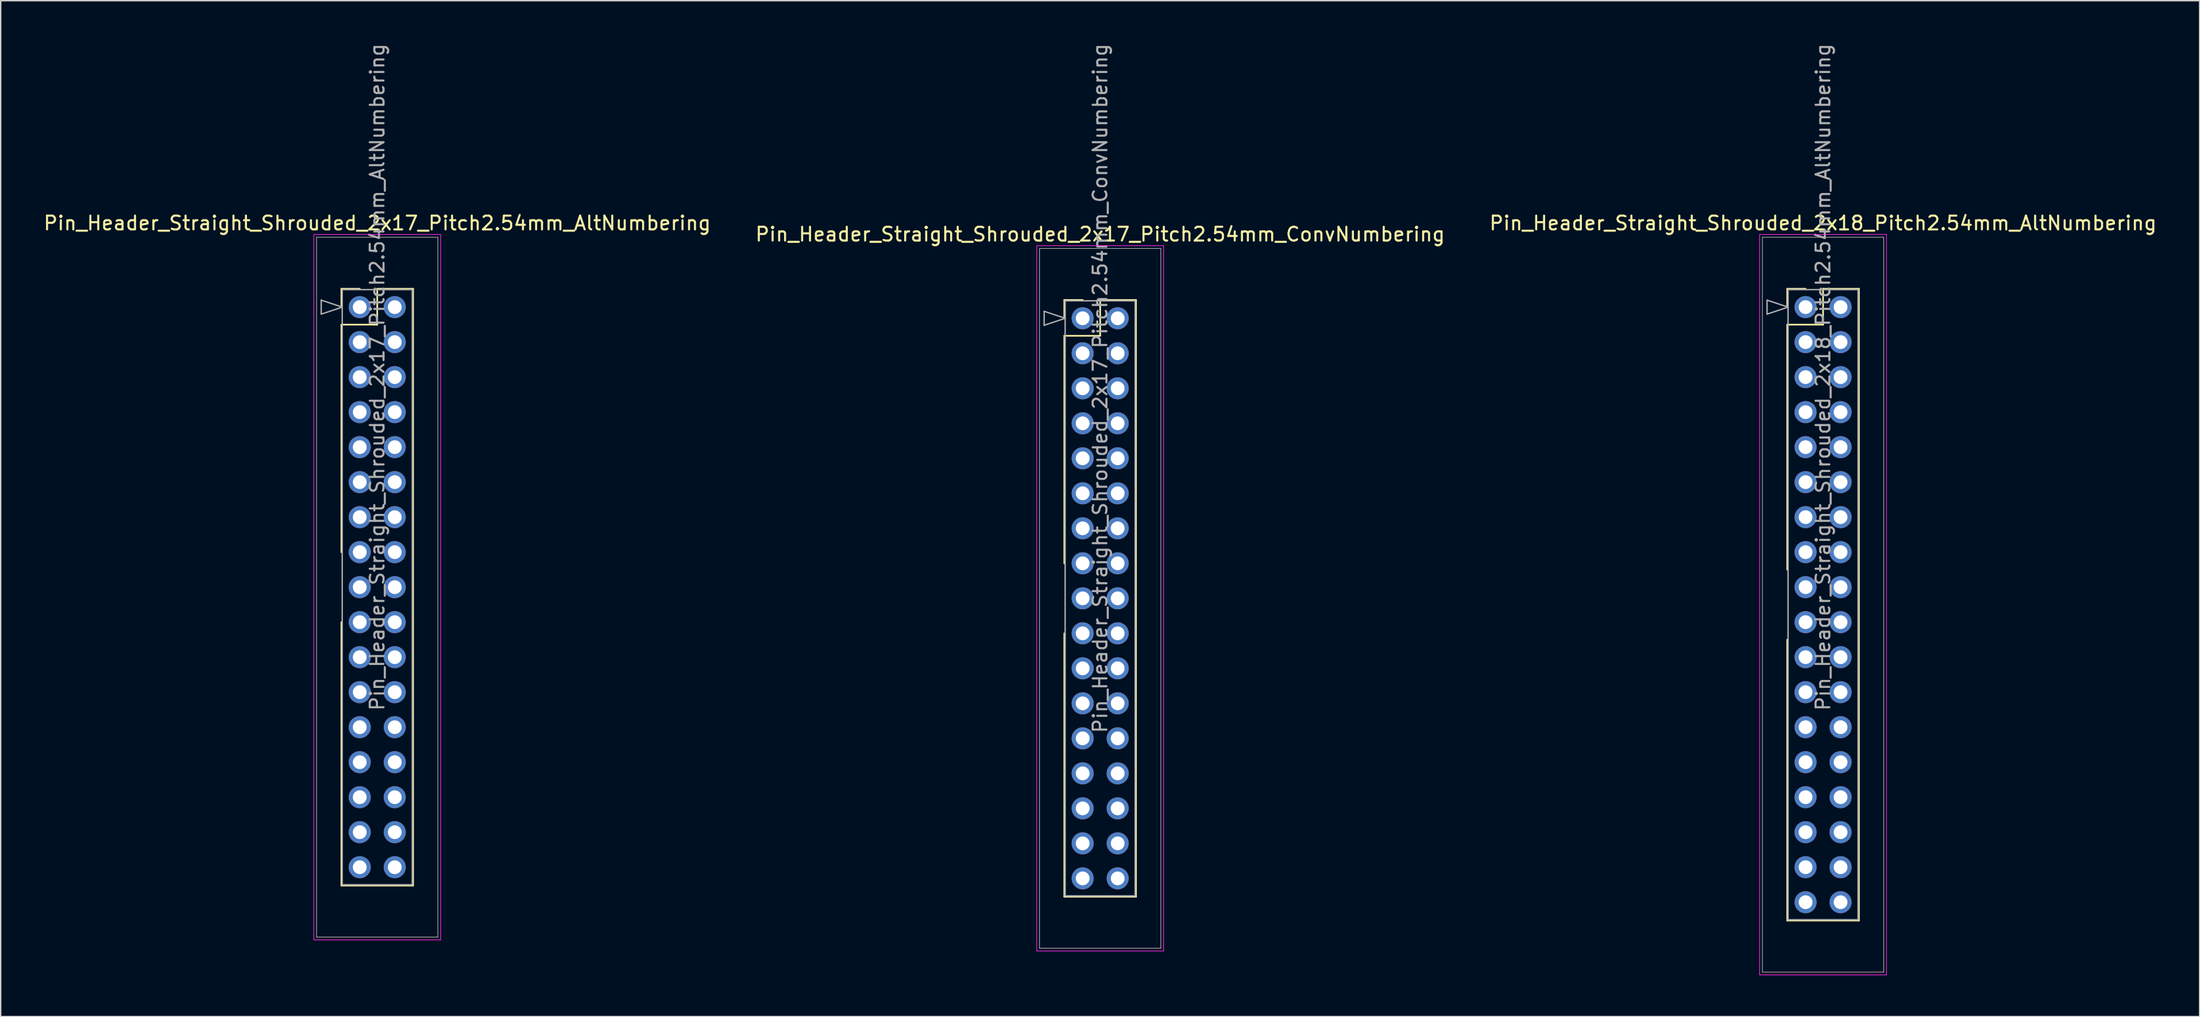
<source format=kicad_pcb>
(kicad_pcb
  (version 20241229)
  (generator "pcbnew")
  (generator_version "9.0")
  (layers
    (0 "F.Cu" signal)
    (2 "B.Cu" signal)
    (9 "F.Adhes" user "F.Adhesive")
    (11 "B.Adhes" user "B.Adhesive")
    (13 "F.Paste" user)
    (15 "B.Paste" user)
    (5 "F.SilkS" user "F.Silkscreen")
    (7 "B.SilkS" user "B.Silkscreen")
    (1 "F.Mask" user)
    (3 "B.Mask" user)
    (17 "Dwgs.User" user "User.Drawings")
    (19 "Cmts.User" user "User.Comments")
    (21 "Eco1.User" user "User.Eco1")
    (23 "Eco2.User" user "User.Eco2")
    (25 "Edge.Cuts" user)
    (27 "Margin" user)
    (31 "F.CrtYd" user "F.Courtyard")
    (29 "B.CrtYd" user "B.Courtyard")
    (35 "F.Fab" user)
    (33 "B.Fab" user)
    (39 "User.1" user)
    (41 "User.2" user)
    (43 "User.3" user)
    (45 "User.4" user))
  (footprint "Pin_Header_Straight_Shrouded_2x17_Pitch2.54mm_AltNumbering"
    (layer "F.Cu")
    (at 23.045 19.235)
    (property "Reference" "Pin_Header_Straight_Shrouded_2x17_Pitch2.54mm_AltNumbering" (at 1.27 -6.096 0) (layer "F.SilkS") (effects (font (size 1 1) (thickness 0.15))))
    (attr through_hole)
    (fp_line (start -1.33 -1.33) (end 0 -1.33) (stroke (width 0.12) (type solid)) (layer "F.SilkS"))
    (fp_line (start -1.33 0) (end -1.33 -1.33) (stroke (width 0.12) (type solid)) (layer "F.SilkS"))
    (fp_line (start -1.33 1.27) (end -1.33 17.78) (stroke (width 0.12) (type solid)) (layer "F.SilkS"))
    (fp_line (start -1.33 1.27) (end 1.27 1.27) (stroke (width 0.12) (type solid)) (layer "F.SilkS"))
    (fp_line (start -1.33 22.86) (end -1.33 41.97) (stroke (width 0.12) (type solid)) (layer "F.SilkS"))
    (fp_line (start -1.33 41.97) (end 3.87 41.97) (stroke (width 0.12) (type solid)) (layer "F.SilkS"))
    (fp_line (start 1.27 -1.33) (end 3.87 -1.33) (stroke (width 0.12) (type solid)) (layer "F.SilkS"))
    (fp_line (start 1.27 1.27) (end 1.27 -1.33) (stroke (width 0.12) (type solid)) (layer "F.SilkS"))
    (fp_line (start 3.87 -1.33) (end 3.87 41.97) (stroke (width 0.12) (type solid)) (layer "F.SilkS"))
    (fp_line (start -3.33 -5.27) (end -3.33 45.91) (stroke (width 0.05) (type solid)) (layer "F.CrtYd"))
    (fp_line (start -3.33 45.91) (end 5.87 45.91) (stroke (width 0.05) (type solid)) (layer "F.CrtYd"))
    (fp_line (start 5.87 -5.27) (end -3.33 -5.27) (stroke (width 0.05) (type solid)) (layer "F.CrtYd"))
    (fp_line (start 5.87 45.91) (end 5.87 -5.27) (stroke (width 0.05) (type solid)) (layer "F.CrtYd"))
    (fp_line (start -3.13 -5.07) (end -3.13 45.71) (stroke (width 0.05) (type solid)) (layer "F.Fab"))
    (fp_line (start -3.13 45.71) (end 5.67 45.71) (stroke (width 0.05) (type solid)) (layer "F.Fab"))
    (fp_line (start -2.794 -0.508) (end -1.27 0) (stroke (width 0.1) (type solid)) (layer "F.Fab"))
    (fp_line (start -2.794 0.508) (end -2.794 -0.508) (stroke (width 0.1) (type solid)) (layer "F.Fab"))
    (fp_line (start -1.27 -1.27) (end -1.27 41.91) (stroke (width 0.1) (type solid)) (layer "F.Fab"))
    (fp_line (start -1.27 0) (end -2.794 0.508) (stroke (width 0.1) (type solid)) (layer "F.Fab"))
    (fp_line (start -1.27 41.91) (end 3.81 41.91) (stroke (width 0.1) (type solid)) (layer "F.Fab"))
    (fp_line (start 3.81 -1.27) (end -1.27 -1.27) (stroke (width 0.1) (type solid)) (layer "F.Fab"))
    (fp_line (start 3.81 41.91) (end 3.81 -1.27) (stroke (width 0.1) (type solid)) (layer "F.Fab"))
    (fp_line (start 5.67 -5.07) (end -3.13 -5.07) (stroke (width 0.05) (type solid)) (layer "F.Fab"))
    (fp_line (start 5.67 45.71) (end 5.67 -5.07) (stroke (width 0.05) (type solid)) (layer "F.Fab"))
    (fp_text user "${REFERENCE}" (at 1.27 5.08 90) (layer "F.Fab") (effects (font (size 1 1) (thickness 0.15))))
    (pad "1" thru_hole oval (at 0 0) (size 1.6 1.6) (drill 1) (layers "*.Cu" "*.Mask"))
    (pad "2" thru_hole oval (at 0 2.54) (size 1.6 1.6) (drill 1) (layers "*.Cu" "*.Mask"))
    (pad "3" thru_hole oval (at 0 5.08) (size 1.6 1.6) (drill 1) (layers "*.Cu" "*.Mask"))
    (pad "4" thru_hole oval (at 0 7.62) (size 1.6 1.6) (drill 1) (layers "*.Cu" "*.Mask"))
    (pad "5" thru_hole oval (at 0 10.16) (size 1.6 1.6) (drill 1) (layers "*.Cu" "*.Mask"))
    (pad "6" thru_hole oval (at 0 12.7) (size 1.6 1.6) (drill 1) (layers "*.Cu" "*.Mask"))
    (pad "7" thru_hole oval (at 0 15.24) (size 1.6 1.6) (drill 1) (layers "*.Cu" "*.Mask"))
    (pad "8" thru_hole oval (at 0 17.78) (size 1.6 1.6) (drill 1) (layers "*.Cu" "*.Mask"))
    (pad "9" thru_hole oval (at 0 20.32) (size 1.6 1.6) (drill 1) (layers "*.Cu" "*.Mask"))
    (pad "10" thru_hole oval (at 0 22.86) (size 1.6 1.6) (drill 1) (layers "*.Cu" "*.Mask"))
    (pad "11" thru_hole oval (at 0 25.4) (size 1.6 1.6) (drill 1) (layers "*.Cu" "*.Mask"))
    (pad "12" thru_hole oval (at 0 27.94) (size 1.6 1.6) (drill 1) (layers "*.Cu" "*.Mask"))
    (pad "13" thru_hole oval (at 0 30.48) (size 1.6 1.6) (drill 1) (layers "*.Cu" "*.Mask"))
    (pad "14" thru_hole oval (at 0 33.02) (size 1.6 1.6) (drill 1) (layers "*.Cu" "*.Mask"))
    (pad "15" thru_hole oval (at 0 35.56) (size 1.6 1.6) (drill 1) (layers "*.Cu" "*.Mask"))
    (pad "16" thru_hole oval (at 0 38.1) (size 1.6 1.6) (drill 1) (layers "*.Cu" "*.Mask"))
    (pad "17" thru_hole oval (at 0 40.64) (size 1.6 1.6) (drill 1) (layers "*.Cu" "*.Mask"))
    (pad "18" thru_hole oval (at 2.54 0) (size 1.6 1.6) (drill 1) (layers "*.Cu" "*.Mask"))
    (pad "19" thru_hole oval (at 2.54 2.54) (size 1.6 1.6) (drill 1) (layers "*.Cu" "*.Mask"))
    (pad "20" thru_hole oval (at 2.54 5.08) (size 1.6 1.6) (drill 1) (layers "*.Cu" "*.Mask"))
    (pad "21" thru_hole oval (at 2.54 7.62) (size 1.6 1.6) (drill 1) (layers "*.Cu" "*.Mask"))
    (pad "22" thru_hole oval (at 2.54 10.16) (size 1.6 1.6) (drill 1) (layers "*.Cu" "*.Mask"))
    (pad "23" thru_hole oval (at 2.54 12.7) (size 1.6 1.6) (drill 1) (layers "*.Cu" "*.Mask"))
    (pad "24" thru_hole oval (at 2.54 15.24) (size 1.6 1.6) (drill 1) (layers "*.Cu" "*.Mask"))
    (pad "25" thru_hole oval (at 2.54 17.78) (size 1.6 1.6) (drill 1) (layers "*.Cu" "*.Mask"))
    (pad "26" thru_hole oval (at 2.54 20.32) (size 1.6 1.6) (drill 1) (layers "*.Cu" "*.Mask"))
    (pad "27" thru_hole oval (at 2.54 22.86) (size 1.6 1.6) (drill 1) (layers "*.Cu" "*.Mask"))
    (pad "28" thru_hole oval (at 2.54 25.4) (size 1.6 1.6) (drill 1) (layers "*.Cu" "*.Mask"))
    (pad "29" thru_hole oval (at 2.54 27.94) (size 1.6 1.6) (drill 1) (layers "*.Cu" "*.Mask"))
    (pad "30" thru_hole oval (at 2.54 30.48) (size 1.6 1.6) (drill 1) (layers "*.Cu" "*.Mask"))
    (pad "31" thru_hole oval (at 2.54 33.02) (size 1.6 1.6) (drill 1) (layers "*.Cu" "*.Mask"))
    (pad "32" thru_hole oval (at 2.54 35.56) (size 1.6 1.6) (drill 1) (layers "*.Cu" "*.Mask"))
    (pad "33" thru_hole oval (at 2.54 38.1) (size 1.6 1.6) (drill 1) (layers "*.Cu" "*.Mask"))
    (pad "34" thru_hole oval (at 2.54 40.64) (size 1.6 1.6) (drill 1) (layers "*.Cu" "*.Mask")))
  (footprint "Pin_Header_Straight_Shrouded_2x18_Pitch2.54mm_AltNumbering"
    (layer "F.Cu")
    (at 127.926 19.235)
    (property "Reference" "Pin_Header_Straight_Shrouded_2x18_Pitch2.54mm_AltNumbering" (at 1.27 -6.096 0) (layer "F.SilkS") (effects (font (size 1 1) (thickness 0.15))))
    (attr through_hole)
    (fp_line (start -1.33 -1.33) (end 0 -1.33) (stroke (width 0.12) (type solid)) (layer "F.SilkS"))
    (fp_line (start -1.33 0) (end -1.33 -1.33) (stroke (width 0.12) (type solid)) (layer "F.SilkS"))
    (fp_line (start -1.33 1.27) (end -1.33 19.05) (stroke (width 0.12) (type solid)) (layer "F.SilkS"))
    (fp_line (start -1.33 1.27) (end 1.27 1.27) (stroke (width 0.12) (type solid)) (layer "F.SilkS"))
    (fp_line (start -1.33 24.13) (end -1.33 44.51) (stroke (width 0.12) (type solid)) (layer "F.SilkS"))
    (fp_line (start -1.33 44.51) (end 3.87 44.51) (stroke (width 0.12) (type solid)) (layer "F.SilkS"))
    (fp_line (start 1.27 -1.33) (end 3.87 -1.33) (stroke (width 0.12) (type solid)) (layer "F.SilkS"))
    (fp_line (start 1.27 1.27) (end 1.27 -1.33) (stroke (width 0.12) (type solid)) (layer "F.SilkS"))
    (fp_line (start 3.87 -1.33) (end 3.87 44.51) (stroke (width 0.12) (type solid)) (layer "F.SilkS"))
    (fp_line (start -3.33 -5.27) (end -3.33 48.45) (stroke (width 0.05) (type solid)) (layer "F.CrtYd"))
    (fp_line (start -3.33 48.45) (end 5.87 48.45) (stroke (width 0.05) (type solid)) (layer "F.CrtYd"))
    (fp_line (start 5.87 -5.27) (end -3.33 -5.27) (stroke (width 0.05) (type solid)) (layer "F.CrtYd"))
    (fp_line (start 5.87 48.45) (end 5.87 -5.27) (stroke (width 0.05) (type solid)) (layer "F.CrtYd"))
    (fp_line (start -3.13 -5.07) (end -3.13 48.25) (stroke (width 0.05) (type solid)) (layer "F.Fab"))
    (fp_line (start -3.13 48.25) (end 5.67 48.25) (stroke (width 0.05) (type solid)) (layer "F.Fab"))
    (fp_line (start -2.794 -0.508) (end -1.27 0) (stroke (width 0.1) (type solid)) (layer "F.Fab"))
    (fp_line (start -2.794 0.508) (end -2.794 -0.508) (stroke (width 0.1) (type solid)) (layer "F.Fab"))
    (fp_line (start -1.27 -1.27) (end -1.27 44.45) (stroke (width 0.1) (type solid)) (layer "F.Fab"))
    (fp_line (start -1.27 0) (end -2.794 0.508) (stroke (width 0.1) (type solid)) (layer "F.Fab"))
    (fp_line (start -1.27 44.45) (end 3.81 44.45) (stroke (width 0.1) (type solid)) (layer "F.Fab"))
    (fp_line (start 3.81 -1.27) (end -1.27 -1.27) (stroke (width 0.1) (type solid)) (layer "F.Fab"))
    (fp_line (start 3.81 44.45) (end 3.81 -1.27) (stroke (width 0.1) (type solid)) (layer "F.Fab"))
    (fp_line (start 5.67 -5.07) (end -3.13 -5.07) (stroke (width 0.05) (type solid)) (layer "F.Fab"))
    (fp_line (start 5.67 48.25) (end 5.67 -5.07) (stroke (width 0.05) (type solid)) (layer "F.Fab"))
    (fp_text user "${REFERENCE}" (at 1.27 5.08 90) (layer "F.Fab") (effects (font (size 1 1) (thickness 0.15))))
    (pad "1" thru_hole oval (at 0 0) (size 1.6 1.6) (drill 1) (layers "*.Cu" "*.Mask"))
    (pad "2" thru_hole oval (at 0 2.54) (size 1.6 1.6) (drill 1) (layers "*.Cu" "*.Mask"))
    (pad "3" thru_hole oval (at 0 5.08) (size 1.6 1.6) (drill 1) (layers "*.Cu" "*.Mask"))
    (pad "4" thru_hole oval (at 0 7.62) (size 1.6 1.6) (drill 1) (layers "*.Cu" "*.Mask"))
    (pad "5" thru_hole oval (at 0 10.16) (size 1.6 1.6) (drill 1) (layers "*.Cu" "*.Mask"))
    (pad "6" thru_hole oval (at 0 12.7) (size 1.6 1.6) (drill 1) (layers "*.Cu" "*.Mask"))
    (pad "7" thru_hole oval (at 0 15.24) (size 1.6 1.6) (drill 1) (layers "*.Cu" "*.Mask"))
    (pad "8" thru_hole oval (at 0 17.78) (size 1.6 1.6) (drill 1) (layers "*.Cu" "*.Mask"))
    (pad "9" thru_hole oval (at 0 20.32) (size 1.6 1.6) (drill 1) (layers "*.Cu" "*.Mask"))
    (pad "10" thru_hole oval (at 0 22.86) (size 1.6 1.6) (drill 1) (layers "*.Cu" "*.Mask"))
    (pad "11" thru_hole oval (at 0 25.4) (size 1.6 1.6) (drill 1) (layers "*.Cu" "*.Mask"))
    (pad "12" thru_hole oval (at 0 27.94) (size 1.6 1.6) (drill 1) (layers "*.Cu" "*.Mask"))
    (pad "13" thru_hole oval (at 0 30.48) (size 1.6 1.6) (drill 1) (layers "*.Cu" "*.Mask"))
    (pad "14" thru_hole oval (at 0 33.02) (size 1.6 1.6) (drill 1) (layers "*.Cu" "*.Mask"))
    (pad "15" thru_hole oval (at 0 35.56) (size 1.6 1.6) (drill 1) (layers "*.Cu" "*.Mask"))
    (pad "16" thru_hole oval (at 0 38.1) (size 1.6 1.6) (drill 1) (layers "*.Cu" "*.Mask"))
    (pad "17" thru_hole oval (at 0 40.64) (size 1.6 1.6) (drill 1) (layers "*.Cu" "*.Mask"))
    (pad "18" thru_hole oval (at 0 43.18) (size 1.6 1.6) (drill 1) (layers "*.Cu" "*.Mask"))
    (pad "19" thru_hole oval (at 2.54 0) (size 1.6 1.6) (drill 1) (layers "*.Cu" "*.Mask"))
    (pad "20" thru_hole oval (at 2.54 2.54) (size 1.6 1.6) (drill 1) (layers "*.Cu" "*.Mask"))
    (pad "21" thru_hole oval (at 2.54 5.08) (size 1.6 1.6) (drill 1) (layers "*.Cu" "*.Mask"))
    (pad "22" thru_hole oval (at 2.54 7.62) (size 1.6 1.6) (drill 1) (layers "*.Cu" "*.Mask"))
    (pad "23" thru_hole oval (at 2.54 10.16) (size 1.6 1.6) (drill 1) (layers "*.Cu" "*.Mask"))
    (pad "24" thru_hole oval (at 2.54 12.7) (size 1.6 1.6) (drill 1) (layers "*.Cu" "*.Mask"))
    (pad "25" thru_hole oval (at 2.54 15.24) (size 1.6 1.6) (drill 1) (layers "*.Cu" "*.Mask"))
    (pad "26" thru_hole oval (at 2.54 17.78) (size 1.6 1.6) (drill 1) (layers "*.Cu" "*.Mask"))
    (pad "27" thru_hole oval (at 2.54 20.32) (size 1.6 1.6) (drill 1) (layers "*.Cu" "*.Mask"))
    (pad "28" thru_hole oval (at 2.54 22.86) (size 1.6 1.6) (drill 1) (layers "*.Cu" "*.Mask"))
    (pad "29" thru_hole oval (at 2.54 25.4) (size 1.6 1.6) (drill 1) (layers "*.Cu" "*.Mask"))
    (pad "30" thru_hole oval (at 2.54 27.94) (size 1.6 1.6) (drill 1) (layers "*.Cu" "*.Mask"))
    (pad "31" thru_hole oval (at 2.54 30.48) (size 1.6 1.6) (drill 1) (layers "*.Cu" "*.Mask"))
    (pad "32" thru_hole oval (at 2.54 33.02) (size 1.6 1.6) (drill 1) (layers "*.Cu" "*.Mask"))
    (pad "33" thru_hole oval (at 2.54 35.56) (size 1.6 1.6) (drill 1) (layers "*.Cu" "*.Mask"))
    (pad "34" thru_hole oval (at 2.54 38.1) (size 1.6 1.6) (drill 1) (layers "*.Cu" "*.Mask"))
    (pad "35" thru_hole oval (at 2.54 40.64) (size 1.6 1.6) (drill 1) (layers "*.Cu" "*.Mask"))
    (pad "36" thru_hole oval (at 2.54 43.18) (size 1.6 1.6) (drill 1) (layers "*.Cu" "*.Mask")))
  (footprint "Pin_Header_Straight_Shrouded_2x17_Pitch2.54mm_ConvNumbering"
    (layer "F.Cu")
    (at 75.486 20.045)
    (property "Reference" "Pin_Header_Straight_Shrouded_2x17_Pitch2.54mm_ConvNumbering" (at 1.27 -6.096 0) (layer "F.SilkS") (effects (font (size 1 1) (thickness 0.15))))
    (attr through_hole)
    (fp_line (start -1.33 -1.33) (end 0 -1.33) (stroke (width 0.12) (type solid)) (layer "F.SilkS"))
    (fp_line (start -1.33 0) (end -1.33 -1.33) (stroke (width 0.12) (type solid)) (layer "F.SilkS"))
    (fp_line (start -1.33 1.27) (end -1.33 17.78) (stroke (width 0.12) (type solid)) (layer "F.SilkS"))
    (fp_line (start -1.33 1.27) (end 1.27 1.27) (stroke (width 0.12) (type solid)) (layer "F.SilkS"))
    (fp_line (start -1.33 22.86) (end -1.33 41.97) (stroke (width 0.12) (type solid)) (layer "F.SilkS"))
    (fp_line (start -1.33 41.97) (end 3.87 41.97) (stroke (width 0.12) (type solid)) (layer "F.SilkS"))
    (fp_line (start 1.27 -1.33) (end 3.87 -1.33) (stroke (width 0.12) (type solid)) (layer "F.SilkS"))
    (fp_line (start 1.27 1.27) (end 1.27 -1.33) (stroke (width 0.12) (type solid)) (layer "F.SilkS"))
    (fp_line (start 3.87 -1.33) (end 3.87 41.97) (stroke (width 0.12) (type solid)) (layer "F.SilkS"))
    (fp_line (start -3.33 -5.27) (end -3.33 45.91) (stroke (width 0.05) (type solid)) (layer "F.CrtYd"))
    (fp_line (start -3.33 45.91) (end 5.87 45.91) (stroke (width 0.05) (type solid)) (layer "F.CrtYd"))
    (fp_line (start 5.87 -5.27) (end -3.33 -5.27) (stroke (width 0.05) (type solid)) (layer "F.CrtYd"))
    (fp_line (start 5.87 45.91) (end 5.87 -5.27) (stroke (width 0.05) (type solid)) (layer "F.CrtYd"))
    (fp_line (start -3.13 -5.07) (end -3.13 45.71) (stroke (width 0.05) (type solid)) (layer "F.Fab"))
    (fp_line (start -3.13 45.71) (end 5.67 45.71) (stroke (width 0.05) (type solid)) (layer "F.Fab"))
    (fp_line (start -2.794 -0.508) (end -1.27 0) (stroke (width 0.1) (type solid)) (layer "F.Fab"))
    (fp_line (start -2.794 0.508) (end -2.794 -0.508) (stroke (width 0.1) (type solid)) (layer "F.Fab"))
    (fp_line (start -1.27 -1.27) (end -1.27 41.91) (stroke (width 0.1) (type solid)) (layer "F.Fab"))
    (fp_line (start -1.27 0) (end -2.794 0.508) (stroke (width 0.1) (type solid)) (layer "F.Fab"))
    (fp_line (start -1.27 41.91) (end 3.81 41.91) (stroke (width 0.1) (type solid)) (layer "F.Fab"))
    (fp_line (start 3.81 -1.27) (end -1.27 -1.27) (stroke (width 0.1) (type solid)) (layer "F.Fab"))
    (fp_line (start 3.81 41.91) (end 3.81 -1.27) (stroke (width 0.1) (type solid)) (layer "F.Fab"))
    (fp_line (start 5.67 -5.07) (end -3.13 -5.07) (stroke (width 0.05) (type solid)) (layer "F.Fab"))
    (fp_line (start 5.67 45.71) (end 5.67 -5.07) (stroke (width 0.05) (type solid)) (layer "F.Fab"))
    (fp_text user "${REFERENCE}" (at 1.27 5.08 90) (layer "F.Fab") (effects (font (size 1 1) (thickness 0.15))))
    (pad "1" thru_hole oval (at 0 0) (size 1.6 1.6) (drill 1) (layers "*.Cu" "*.Mask"))
    (pad "2" thru_hole oval (at 2.54 0) (size 1.6 1.6) (drill 1) (layers "*.Cu" "*.Mask"))
    (pad "3" thru_hole oval (at 0 2.54) (size 1.6 1.6) (drill 1) (layers "*.Cu" "*.Mask"))
    (pad "4" thru_hole oval (at 2.54 2.54) (size 1.6 1.6) (drill 1) (layers "*.Cu" "*.Mask"))
    (pad "5" thru_hole oval (at 0 5.08) (size 1.6 1.6) (drill 1) (layers "*.Cu" "*.Mask"))
    (pad "6" thru_hole oval (at 2.54 5.08) (size 1.6 1.6) (drill 1) (layers "*.Cu" "*.Mask"))
    (pad "7" thru_hole oval (at 0 7.62) (size 1.6 1.6) (drill 1) (layers "*.Cu" "*.Mask"))
    (pad "8" thru_hole oval (at 2.54 7.62) (size 1.6 1.6) (drill 1) (layers "*.Cu" "*.Mask"))
    (pad "9" thru_hole oval (at 0 10.16) (size 1.6 1.6) (drill 1) (layers "*.Cu" "*.Mask"))
    (pad "10" thru_hole oval (at 2.54 10.16) (size 1.6 1.6) (drill 1) (layers "*.Cu" "*.Mask"))
    (pad "11" thru_hole oval (at 0 12.7) (size 1.6 1.6) (drill 1) (layers "*.Cu" "*.Mask"))
    (pad "12" thru_hole oval (at 2.54 12.7) (size 1.6 1.6) (drill 1) (layers "*.Cu" "*.Mask"))
    (pad "13" thru_hole oval (at 0 15.24) (size 1.6 1.6) (drill 1) (layers "*.Cu" "*.Mask"))
    (pad "14" thru_hole oval (at 2.54 15.24) (size 1.6 1.6) (drill 1) (layers "*.Cu" "*.Mask"))
    (pad "15" thru_hole oval (at 0 17.78) (size 1.6 1.6) (drill 1) (layers "*.Cu" "*.Mask"))
    (pad "16" thru_hole oval (at 2.54 17.78) (size 1.6 1.6) (drill 1) (layers "*.Cu" "*.Mask"))
    (pad "17" thru_hole oval (at 0 20.32) (size 1.6 1.6) (drill 1) (layers "*.Cu" "*.Mask"))
    (pad "18" thru_hole oval (at 2.54 20.32) (size 1.6 1.6) (drill 1) (layers "*.Cu" "*.Mask"))
    (pad "19" thru_hole oval (at 0 22.86) (size 1.6 1.6) (drill 1) (layers "*.Cu" "*.Mask"))
    (pad "20" thru_hole oval (at 2.54 22.86) (size 1.6 1.6) (drill 1) (layers "*.Cu" "*.Mask"))
    (pad "21" thru_hole oval (at 0 25.4) (size 1.6 1.6) (drill 1) (layers "*.Cu" "*.Mask"))
    (pad "22" thru_hole oval (at 2.54 25.4) (size 1.6 1.6) (drill 1) (layers "*.Cu" "*.Mask"))
    (pad "23" thru_hole oval (at 0 27.94) (size 1.6 1.6) (drill 1) (layers "*.Cu" "*.Mask"))
    (pad "24" thru_hole oval (at 2.54 27.94) (size 1.6 1.6) (drill 1) (layers "*.Cu" "*.Mask"))
    (pad "25" thru_hole oval (at 0 30.48) (size 1.6 1.6) (drill 1) (layers "*.Cu" "*.Mask"))
    (pad "26" thru_hole oval (at 2.54 30.48) (size 1.6 1.6) (drill 1) (layers "*.Cu" "*.Mask"))
    (pad "27" thru_hole oval (at 0 33.02) (size 1.6 1.6) (drill 1) (layers "*.Cu" "*.Mask"))
    (pad "28" thru_hole oval (at 2.54 33.02) (size 1.6 1.6) (drill 1) (layers "*.Cu" "*.Mask"))
    (pad "29" thru_hole oval (at 0 35.56) (size 1.6 1.6) (drill 1) (layers "*.Cu" "*.Mask"))
    (pad "30" thru_hole oval (at 2.54 35.56) (size 1.6 1.6) (drill 1) (layers "*.Cu" "*.Mask"))
    (pad "31" thru_hole oval (at 0 38.1) (size 1.6 1.6) (drill 1) (layers "*.Cu" "*.Mask"))
    (pad "32" thru_hole oval (at 2.54 38.1) (size 1.6 1.6) (drill 1) (layers "*.Cu" "*.Mask"))
    (pad "33" thru_hole oval (at 0 40.64) (size 1.6 1.6) (drill 1) (layers "*.Cu" "*.Mask"))
    (pad "34" thru_hole oval (at 2.54 40.64) (size 1.6 1.6) (drill 1) (layers "*.Cu" "*.Mask")))
  (gr_rect
    (start -3 -3)
    (end 156.512 70.71)
    (stroke (width 0.1) (type default))
    (fill no)
    (layer "Edge.Cuts")))
</source>
